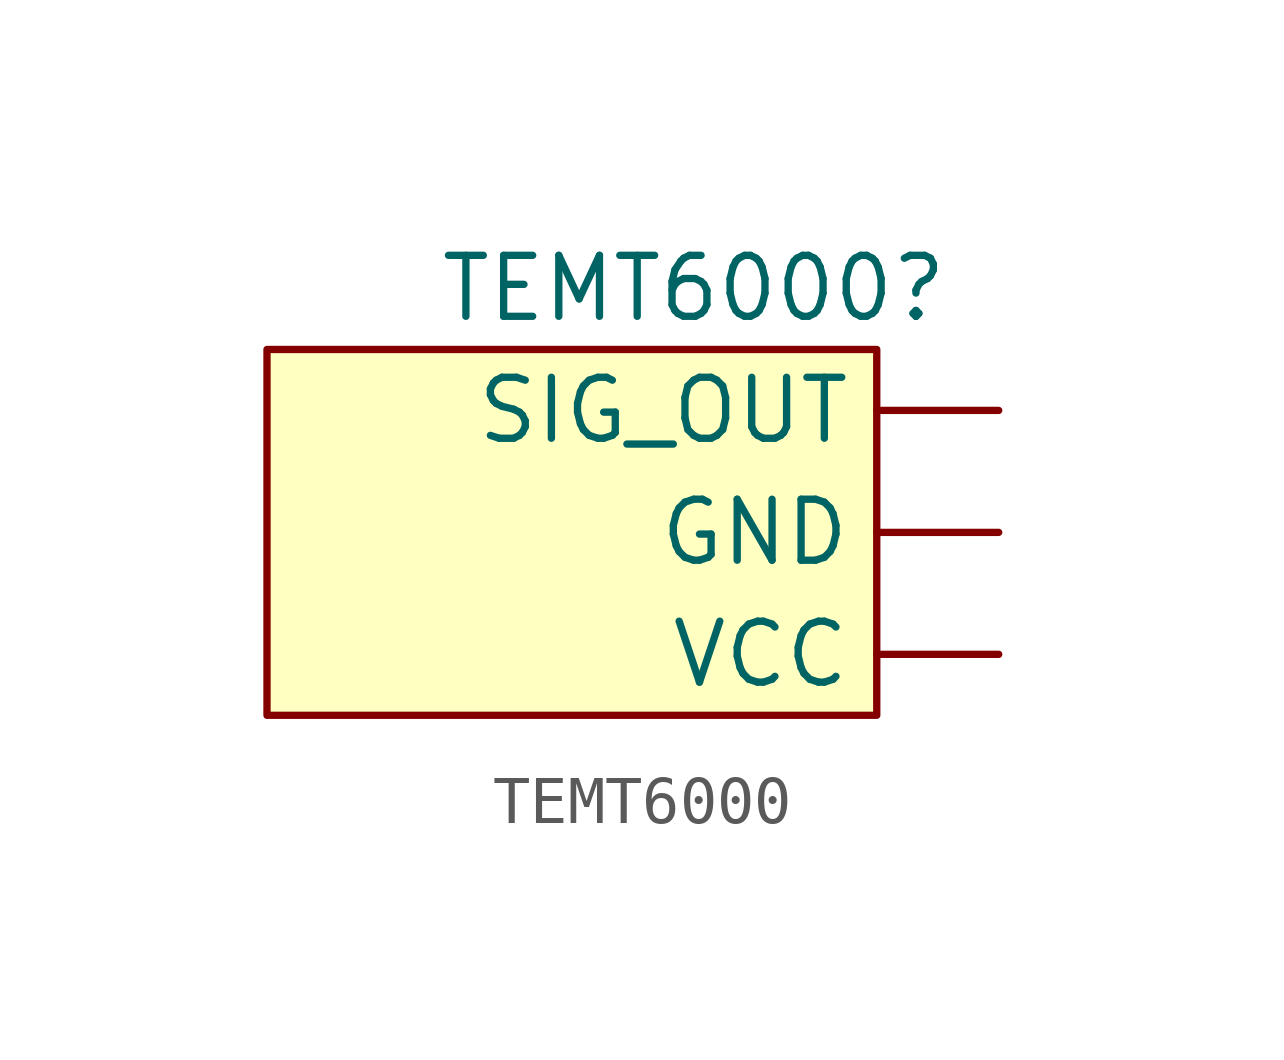
<source format=kicad_sym>
(kicad_symbol_lib
  (version 20231120)
  (generator "kicad_symbol_editor")
  (generator_version "8.0")
  (symbol "TEMT6000"
    (property "Reference" "TEMT6000"
      (at 0 0 0)
      (effects (font (size 1.27 1.27))))
    (property "Value" ""
      (at 0 0 0)
      (effects (font (size 1.27 1.27))))
    (symbol "TEMT6000_0_1"
      (rectangle (start -8.89 -1.27) (end 3.81 -8.89) (stroke (width 0) (type default)) (fill (type background))))
    (symbol "TEMT6000_1_1"
      (pin power_out line (at 6.35 -5.08 180) (length 2.54) (name "GND" (effects (font (size 1.27 1.27)))) (number "" (effects (font (size 1.27 1.27)))))
      (pin output line (at 6.35 -2.54 180) (length 2.54) (name "SIG_OUT" (effects (font (size 1.27 1.27)))) (number "" (effects (font (size 1.27 1.27)))))
      (pin power_in line (at 6.35 -7.62 180) (length 2.54) (name "VCC" (effects (font (size 1.27 1.27)))) (number "" (effects (font (size 1.27 1.27))))))))
</source>
